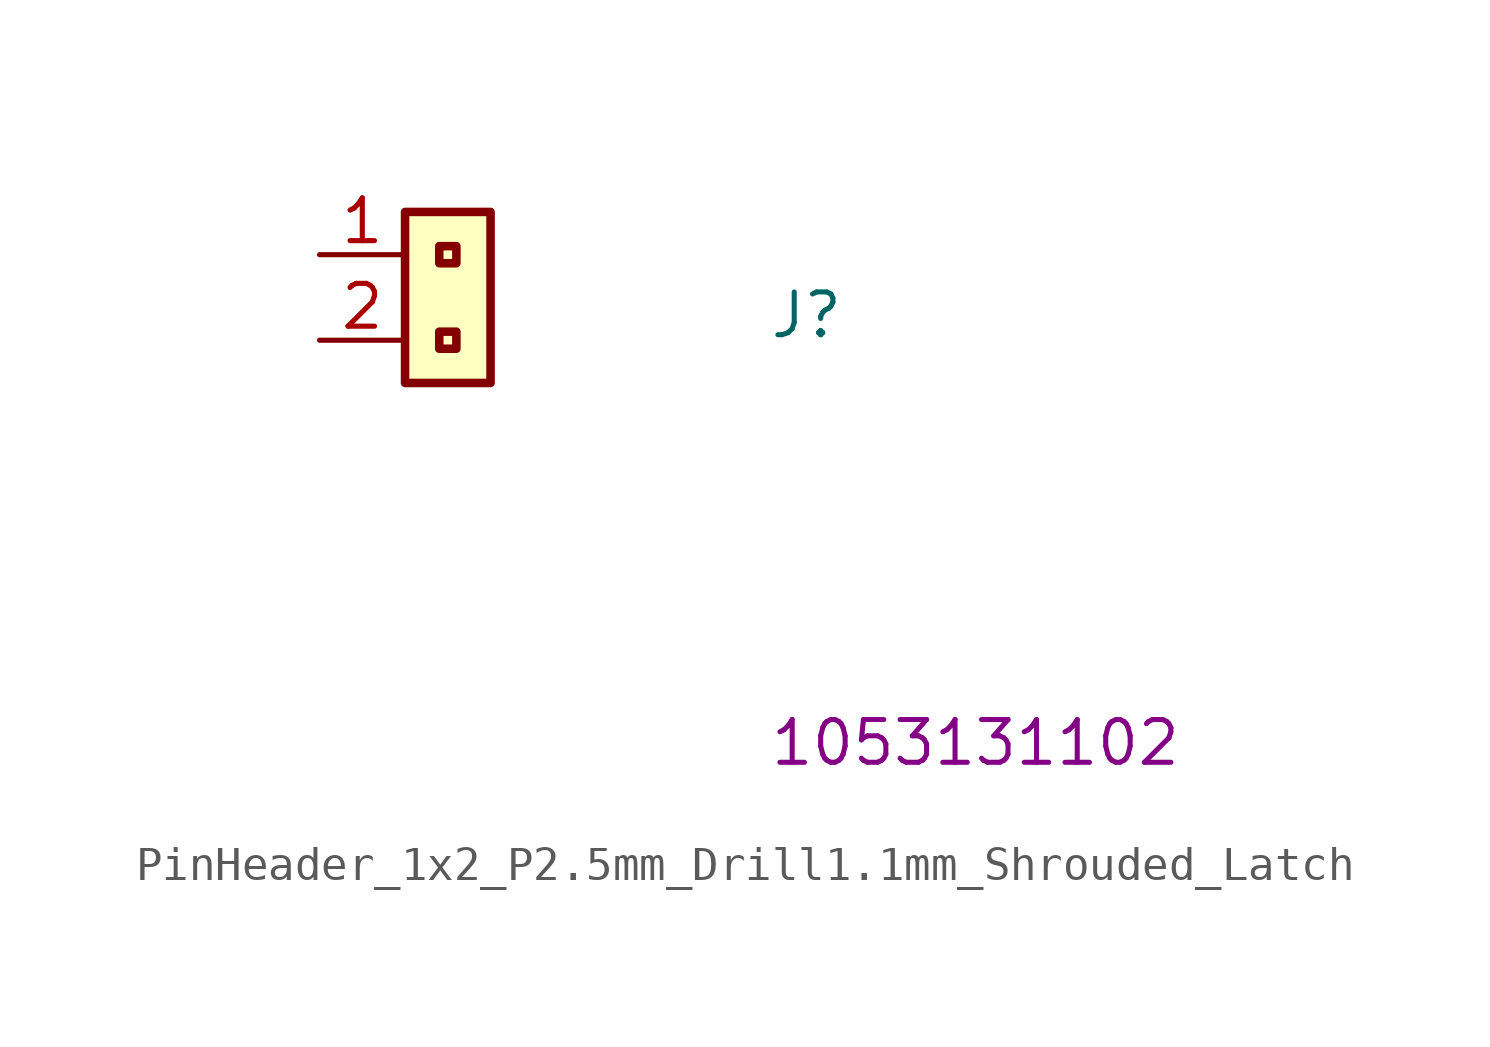
<source format=kicad_sym>
(kicad_symbol_lib
  (version 20211014)
  (generator kicad_symbol_editor)
  (symbol "PinHeader_1x2_P2.5mm_Drill1.1mm_Shrouded_Latch"
    (property "Reference" "J"
      (at 13.335 -2.54 0)
      (effects (font (size 1.27 1.27) (thickness 0.15)) (justify left bottom)))
    (property "MPN" "1053131102"
      (at 13.335 -15.24 0)
      (effects (font (size 1.27 1.27) (thickness 0.15)) (justify left bottom)))
    (symbol "PinHeader_1x2_P2.5mm_Drill1.1mm_Shrouded_Latch_1_1"
      (rectangle (start 2.54 1.27) (end 5.08 -3.81) (stroke (width 0.254) (type default) (color 0 0 0 0)) (fill (type background)))
      (rectangle (start 3.556 0.254) (end 4.064 -0.254) (stroke (width 0.254) (type default) (color 0 0 0 0)) (fill (type background)))
      (rectangle (start 4.064 -2.794) (end 3.556 -2.286) (stroke (width 0.254) (type default) (color 0 0 0 0)) (fill (type background)))
      (pin input line (at 0 0 0) (length 2.54) (name "~" (effects (font (size 1.27 1.27)))) (number "1" (effects (font (size 1.27 1.27)))))
      (pin input line (at 0 -2.54 0) (length 2.54) (name "~" (effects (font (size 1.27 1.27)))) (number "2" (effects (font (size 1.27 1.27))))))))
</source>
